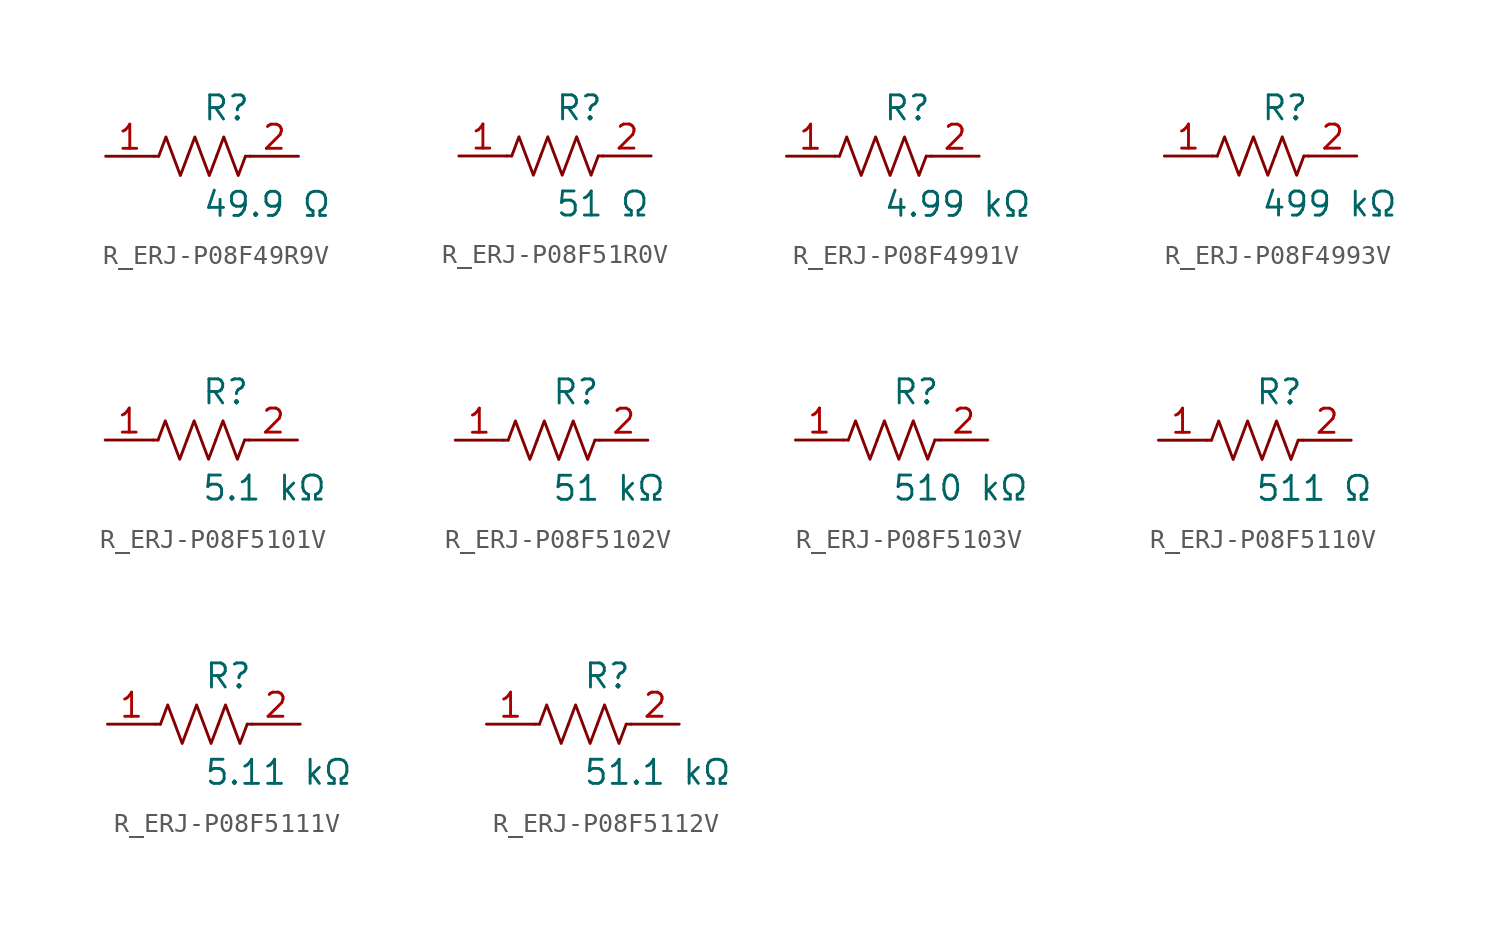
<source format=kicad_sym>
(kicad_symbol_lib
  (version 20231120)
  (generator kicad_symbol_editor)
  (generator_version 8.0)
  (symbol "R_ERJ-P08F49R9V"
    (pin_names
      (offset 0.254))
    (property "Reference" "R"
      (at 0.0 2.54 0)
      (effects (font (size 1.27 1.27)) (justify left)))
    (property "Value" "49.9 Ω"
      (at 0.0 -2.54 0)
      (effects (font (size 1.27 1.27)) (justify left)))
    (symbol "R_ERJ-P08F49R9V_0_1"
      (polyline (pts (xy 2.286 0) (xy 2.54 0)) (stroke (width 0) (type default)) (fill (type none)))
      (polyline (pts (xy -2.286 0) (xy -2.54 0)) (stroke (width 0) (type default)) (fill (type none)))
      (polyline (pts (xy 0.762 0) (xy 1.143 1.016) (xy 1.524 0) (xy 1.905 -1.016) (xy 2.286 0)) (stroke (width 0) (type default)) (fill (type none)))
      (polyline (pts (xy -0.762 0) (xy -0.381 1.016) (xy 0 0) (xy 0.381 -1.016) (xy 0.762 0)) (stroke (width 0) (type default)) (fill (type none)))
      (polyline (pts (xy -2.286 0) (xy -1.905 1.016) (xy -1.524 0) (xy -1.143 -1.016) (xy -0.762 0)) (stroke (width 0) (type default)) (fill (type none))))
    (pin unspecified line
      (at -5.08 0 0)
      (length 2.54)
      (name "" (effects (font (size 1.27 1.27))))
      (number "1" (effects (font (size 1.27 1.27)))))
    (pin unspecified line
      (at 5.08 0 180)
      (length 2.54)
      (name "" (effects (font (size 1.27 1.27))))
      (number "2" (effects (font (size 1.27 1.27))))))
  (symbol "R_ERJ-P08F51R0V"
    (pin_names
      (offset 0.254))
    (property "Reference" "R"
      (at 0.0 2.54 0)
      (effects (font (size 1.27 1.27)) (justify left)))
    (property "Value" "51 Ω"
      (at 0.0 -2.54 0)
      (effects (font (size 1.27 1.27)) (justify left)))
    (symbol "R_ERJ-P08F51R0V_0_1"
      (polyline (pts (xy 2.286 0) (xy 2.54 0)) (stroke (width 0) (type default)) (fill (type none)))
      (polyline (pts (xy -2.286 0) (xy -2.54 0)) (stroke (width 0) (type default)) (fill (type none)))
      (polyline (pts (xy 0.762 0) (xy 1.143 1.016) (xy 1.524 0) (xy 1.905 -1.016) (xy 2.286 0)) (stroke (width 0) (type default)) (fill (type none)))
      (polyline (pts (xy -0.762 0) (xy -0.381 1.016) (xy 0 0) (xy 0.381 -1.016) (xy 0.762 0)) (stroke (width 0) (type default)) (fill (type none)))
      (polyline (pts (xy -2.286 0) (xy -1.905 1.016) (xy -1.524 0) (xy -1.143 -1.016) (xy -0.762 0)) (stroke (width 0) (type default)) (fill (type none))))
    (pin unspecified line
      (at -5.08 0 0)
      (length 2.54)
      (name "" (effects (font (size 1.27 1.27))))
      (number "1" (effects (font (size 1.27 1.27)))))
    (pin unspecified line
      (at 5.08 0 180)
      (length 2.54)
      (name "" (effects (font (size 1.27 1.27))))
      (number "2" (effects (font (size 1.27 1.27))))))
  (symbol "R_ERJ-P08F4991V"
    (pin_names
      (offset 0.254))
    (property "Reference" "R"
      (at 0.0 2.54 0)
      (effects (font (size 1.27 1.27)) (justify left)))
    (property "Value" "4.99 kΩ"
      (at 0.0 -2.54 0)
      (effects (font (size 1.27 1.27)) (justify left)))
    (symbol "R_ERJ-P08F4991V_0_1"
      (polyline (pts (xy 2.286 0) (xy 2.54 0)) (stroke (width 0) (type default)) (fill (type none)))
      (polyline (pts (xy -2.286 0) (xy -2.54 0)) (stroke (width 0) (type default)) (fill (type none)))
      (polyline (pts (xy 0.762 0) (xy 1.143 1.016) (xy 1.524 0) (xy 1.905 -1.016) (xy 2.286 0)) (stroke (width 0) (type default)) (fill (type none)))
      (polyline (pts (xy -0.762 0) (xy -0.381 1.016) (xy 0 0) (xy 0.381 -1.016) (xy 0.762 0)) (stroke (width 0) (type default)) (fill (type none)))
      (polyline (pts (xy -2.286 0) (xy -1.905 1.016) (xy -1.524 0) (xy -1.143 -1.016) (xy -0.762 0)) (stroke (width 0) (type default)) (fill (type none))))
    (pin unspecified line
      (at -5.08 0 0)
      (length 2.54)
      (name "" (effects (font (size 1.27 1.27))))
      (number "1" (effects (font (size 1.27 1.27)))))
    (pin unspecified line
      (at 5.08 0 180)
      (length 2.54)
      (name "" (effects (font (size 1.27 1.27))))
      (number "2" (effects (font (size 1.27 1.27))))))
  (symbol "R_ERJ-P08F4993V"
    (pin_names
      (offset 0.254))
    (property "Reference" "R"
      (at 0.0 2.54 0)
      (effects (font (size 1.27 1.27)) (justify left)))
    (property "Value" "499 kΩ"
      (at 0.0 -2.54 0)
      (effects (font (size 1.27 1.27)) (justify left)))
    (symbol "R_ERJ-P08F4993V_0_1"
      (polyline (pts (xy 2.286 0) (xy 2.54 0)) (stroke (width 0) (type default)) (fill (type none)))
      (polyline (pts (xy -2.286 0) (xy -2.54 0)) (stroke (width 0) (type default)) (fill (type none)))
      (polyline (pts (xy 0.762 0) (xy 1.143 1.016) (xy 1.524 0) (xy 1.905 -1.016) (xy 2.286 0)) (stroke (width 0) (type default)) (fill (type none)))
      (polyline (pts (xy -0.762 0) (xy -0.381 1.016) (xy 0 0) (xy 0.381 -1.016) (xy 0.762 0)) (stroke (width 0) (type default)) (fill (type none)))
      (polyline (pts (xy -2.286 0) (xy -1.905 1.016) (xy -1.524 0) (xy -1.143 -1.016) (xy -0.762 0)) (stroke (width 0) (type default)) (fill (type none))))
    (pin unspecified line
      (at -5.08 0 0)
      (length 2.54)
      (name "" (effects (font (size 1.27 1.27))))
      (number "1" (effects (font (size 1.27 1.27)))))
    (pin unspecified line
      (at 5.08 0 180)
      (length 2.54)
      (name "" (effects (font (size 1.27 1.27))))
      (number "2" (effects (font (size 1.27 1.27))))))
  (symbol "R_ERJ-P08F5101V"
    (pin_names
      (offset 0.254))
    (property "Reference" "R"
      (at 0.0 2.54 0)
      (effects (font (size 1.27 1.27)) (justify left)))
    (property "Value" "5.1 kΩ"
      (at 0.0 -2.54 0)
      (effects (font (size 1.27 1.27)) (justify left)))
    (symbol "R_ERJ-P08F5101V_0_1"
      (polyline (pts (xy 2.286 0) (xy 2.54 0)) (stroke (width 0) (type default)) (fill (type none)))
      (polyline (pts (xy -2.286 0) (xy -2.54 0)) (stroke (width 0) (type default)) (fill (type none)))
      (polyline (pts (xy 0.762 0) (xy 1.143 1.016) (xy 1.524 0) (xy 1.905 -1.016) (xy 2.286 0)) (stroke (width 0) (type default)) (fill (type none)))
      (polyline (pts (xy -0.762 0) (xy -0.381 1.016) (xy 0 0) (xy 0.381 -1.016) (xy 0.762 0)) (stroke (width 0) (type default)) (fill (type none)))
      (polyline (pts (xy -2.286 0) (xy -1.905 1.016) (xy -1.524 0) (xy -1.143 -1.016) (xy -0.762 0)) (stroke (width 0) (type default)) (fill (type none))))
    (pin unspecified line
      (at -5.08 0 0)
      (length 2.54)
      (name "" (effects (font (size 1.27 1.27))))
      (number "1" (effects (font (size 1.27 1.27)))))
    (pin unspecified line
      (at 5.08 0 180)
      (length 2.54)
      (name "" (effects (font (size 1.27 1.27))))
      (number "2" (effects (font (size 1.27 1.27))))))
  (symbol "R_ERJ-P08F5102V"
    (pin_names
      (offset 0.254))
    (property "Reference" "R"
      (at 0.0 2.54 0)
      (effects (font (size 1.27 1.27)) (justify left)))
    (property "Value" "51 kΩ"
      (at 0.0 -2.54 0)
      (effects (font (size 1.27 1.27)) (justify left)))
    (symbol "R_ERJ-P08F5102V_0_1"
      (polyline (pts (xy 2.286 0) (xy 2.54 0)) (stroke (width 0) (type default)) (fill (type none)))
      (polyline (pts (xy -2.286 0) (xy -2.54 0)) (stroke (width 0) (type default)) (fill (type none)))
      (polyline (pts (xy 0.762 0) (xy 1.143 1.016) (xy 1.524 0) (xy 1.905 -1.016) (xy 2.286 0)) (stroke (width 0) (type default)) (fill (type none)))
      (polyline (pts (xy -0.762 0) (xy -0.381 1.016) (xy 0 0) (xy 0.381 -1.016) (xy 0.762 0)) (stroke (width 0) (type default)) (fill (type none)))
      (polyline (pts (xy -2.286 0) (xy -1.905 1.016) (xy -1.524 0) (xy -1.143 -1.016) (xy -0.762 0)) (stroke (width 0) (type default)) (fill (type none))))
    (pin unspecified line
      (at -5.08 0 0)
      (length 2.54)
      (name "" (effects (font (size 1.27 1.27))))
      (number "1" (effects (font (size 1.27 1.27)))))
    (pin unspecified line
      (at 5.08 0 180)
      (length 2.54)
      (name "" (effects (font (size 1.27 1.27))))
      (number "2" (effects (font (size 1.27 1.27))))))
  (symbol "R_ERJ-P08F5103V"
    (pin_names
      (offset 0.254))
    (property "Reference" "R"
      (at 0.0 2.54 0)
      (effects (font (size 1.27 1.27)) (justify left)))
    (property "Value" "510 kΩ"
      (at 0.0 -2.54 0)
      (effects (font (size 1.27 1.27)) (justify left)))
    (symbol "R_ERJ-P08F5103V_0_1"
      (polyline (pts (xy 2.286 0) (xy 2.54 0)) (stroke (width 0) (type default)) (fill (type none)))
      (polyline (pts (xy -2.286 0) (xy -2.54 0)) (stroke (width 0) (type default)) (fill (type none)))
      (polyline (pts (xy 0.762 0) (xy 1.143 1.016) (xy 1.524 0) (xy 1.905 -1.016) (xy 2.286 0)) (stroke (width 0) (type default)) (fill (type none)))
      (polyline (pts (xy -0.762 0) (xy -0.381 1.016) (xy 0 0) (xy 0.381 -1.016) (xy 0.762 0)) (stroke (width 0) (type default)) (fill (type none)))
      (polyline (pts (xy -2.286 0) (xy -1.905 1.016) (xy -1.524 0) (xy -1.143 -1.016) (xy -0.762 0)) (stroke (width 0) (type default)) (fill (type none))))
    (pin unspecified line
      (at -5.08 0 0)
      (length 2.54)
      (name "" (effects (font (size 1.27 1.27))))
      (number "1" (effects (font (size 1.27 1.27)))))
    (pin unspecified line
      (at 5.08 0 180)
      (length 2.54)
      (name "" (effects (font (size 1.27 1.27))))
      (number "2" (effects (font (size 1.27 1.27))))))
  (symbol "R_ERJ-P08F5110V"
    (pin_names
      (offset 0.254))
    (property "Reference" "R"
      (at 0.0 2.54 0)
      (effects (font (size 1.27 1.27)) (justify left)))
    (property "Value" "511 Ω"
      (at 0.0 -2.54 0)
      (effects (font (size 1.27 1.27)) (justify left)))
    (symbol "R_ERJ-P08F5110V_0_1"
      (polyline (pts (xy 2.286 0) (xy 2.54 0)) (stroke (width 0) (type default)) (fill (type none)))
      (polyline (pts (xy -2.286 0) (xy -2.54 0)) (stroke (width 0) (type default)) (fill (type none)))
      (polyline (pts (xy 0.762 0) (xy 1.143 1.016) (xy 1.524 0) (xy 1.905 -1.016) (xy 2.286 0)) (stroke (width 0) (type default)) (fill (type none)))
      (polyline (pts (xy -0.762 0) (xy -0.381 1.016) (xy 0 0) (xy 0.381 -1.016) (xy 0.762 0)) (stroke (width 0) (type default)) (fill (type none)))
      (polyline (pts (xy -2.286 0) (xy -1.905 1.016) (xy -1.524 0) (xy -1.143 -1.016) (xy -0.762 0)) (stroke (width 0) (type default)) (fill (type none))))
    (pin unspecified line
      (at -5.08 0 0)
      (length 2.54)
      (name "" (effects (font (size 1.27 1.27))))
      (number "1" (effects (font (size 1.27 1.27)))))
    (pin unspecified line
      (at 5.08 0 180)
      (length 2.54)
      (name "" (effects (font (size 1.27 1.27))))
      (number "2" (effects (font (size 1.27 1.27))))))
  (symbol "R_ERJ-P08F5111V"
    (pin_names
      (offset 0.254))
    (property "Reference" "R"
      (at 0.0 2.54 0)
      (effects (font (size 1.27 1.27)) (justify left)))
    (property "Value" "5.11 kΩ"
      (at 0.0 -2.54 0)
      (effects (font (size 1.27 1.27)) (justify left)))
    (symbol "R_ERJ-P08F5111V_0_1"
      (polyline (pts (xy 2.286 0) (xy 2.54 0)) (stroke (width 0) (type default)) (fill (type none)))
      (polyline (pts (xy -2.286 0) (xy -2.54 0)) (stroke (width 0) (type default)) (fill (type none)))
      (polyline (pts (xy 0.762 0) (xy 1.143 1.016) (xy 1.524 0) (xy 1.905 -1.016) (xy 2.286 0)) (stroke (width 0) (type default)) (fill (type none)))
      (polyline (pts (xy -0.762 0) (xy -0.381 1.016) (xy 0 0) (xy 0.381 -1.016) (xy 0.762 0)) (stroke (width 0) (type default)) (fill (type none)))
      (polyline (pts (xy -2.286 0) (xy -1.905 1.016) (xy -1.524 0) (xy -1.143 -1.016) (xy -0.762 0)) (stroke (width 0) (type default)) (fill (type none))))
    (pin unspecified line
      (at -5.08 0 0)
      (length 2.54)
      (name "" (effects (font (size 1.27 1.27))))
      (number "1" (effects (font (size 1.27 1.27)))))
    (pin unspecified line
      (at 5.08 0 180)
      (length 2.54)
      (name "" (effects (font (size 1.27 1.27))))
      (number "2" (effects (font (size 1.27 1.27))))))
  (symbol "R_ERJ-P08F5112V"
    (pin_names
      (offset 0.254))
    (property "Reference" "R"
      (at 0.0 2.54 0)
      (effects (font (size 1.27 1.27)) (justify left)))
    (property "Value" "51.1 kΩ"
      (at 0.0 -2.54 0)
      (effects (font (size 1.27 1.27)) (justify left)))
    (symbol "R_ERJ-P08F5112V_0_1"
      (polyline (pts (xy 2.286 0) (xy 2.54 0)) (stroke (width 0) (type default)) (fill (type none)))
      (polyline (pts (xy -2.286 0) (xy -2.54 0)) (stroke (width 0) (type default)) (fill (type none)))
      (polyline (pts (xy 0.762 0) (xy 1.143 1.016) (xy 1.524 0) (xy 1.905 -1.016) (xy 2.286 0)) (stroke (width 0) (type default)) (fill (type none)))
      (polyline (pts (xy -0.762 0) (xy -0.381 1.016) (xy 0 0) (xy 0.381 -1.016) (xy 0.762 0)) (stroke (width 0) (type default)) (fill (type none)))
      (polyline (pts (xy -2.286 0) (xy -1.905 1.016) (xy -1.524 0) (xy -1.143 -1.016) (xy -0.762 0)) (stroke (width 0) (type default)) (fill (type none))))
    (pin unspecified line
      (at -5.08 0 0)
      (length 2.54)
      (name "" (effects (font (size 1.27 1.27))))
      (number "1" (effects (font (size 1.27 1.27)))))
    (pin unspecified line
      (at 5.08 0 180)
      (length 2.54)
      (name "" (effects (font (size 1.27 1.27))))
      (number "2" (effects (font (size 1.27 1.27)))))))
</source>
